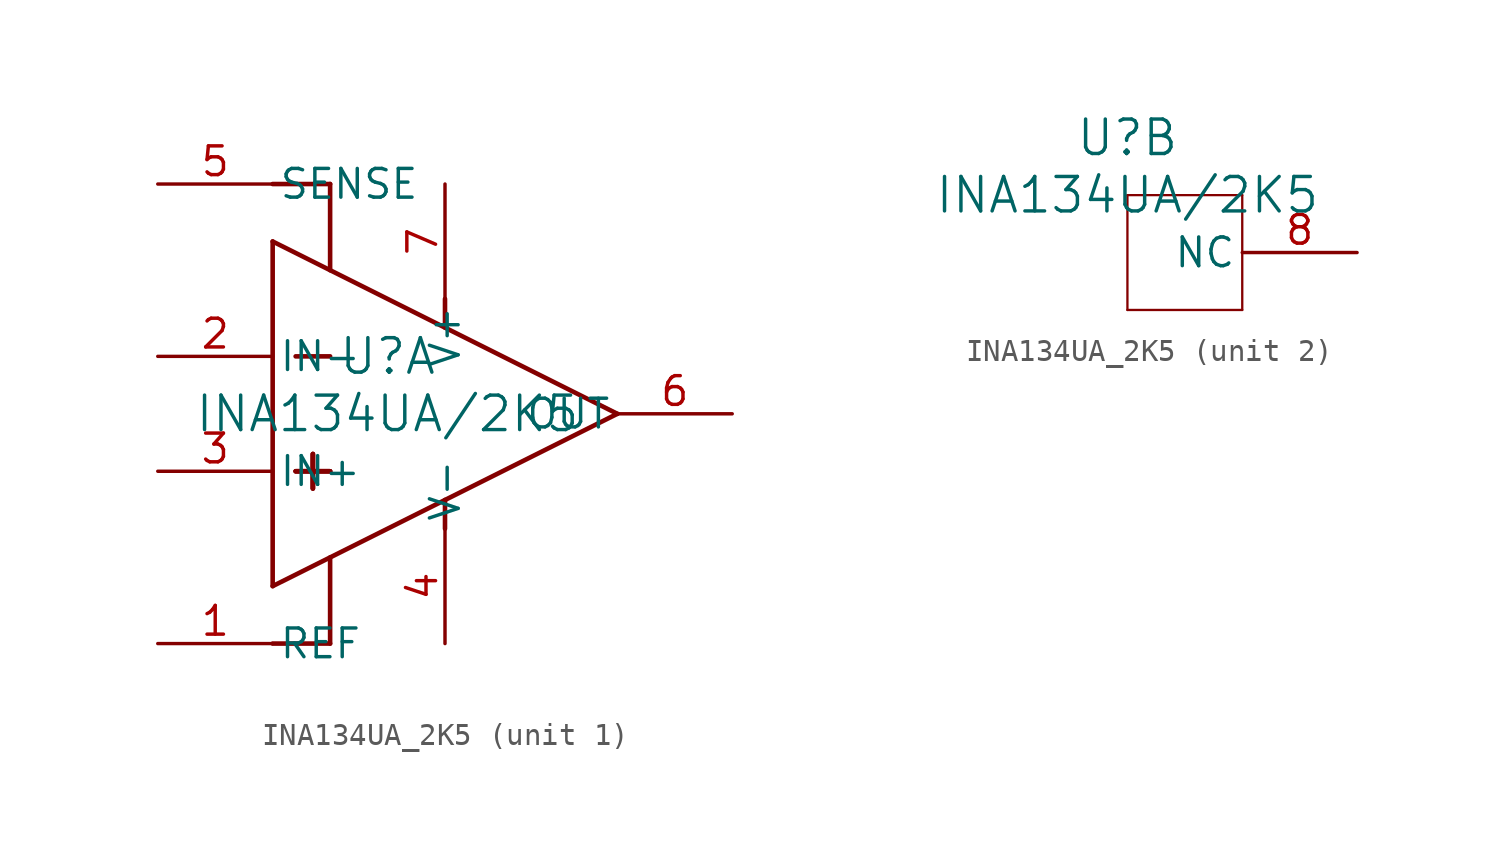
<source format=kicad_sym>
(kicad_symbol_lib
  (version 20220914)
  (generator kicad_symbol_editor)
  (symbol "INA134UA_2K5"
    (pin_names
      (offset 0.254))
    (property "Reference" "U"
      (at 0 2.54 0)
      (effects (font (size 1.524 1.524))))
    (property "Value" "INA134UA/2K5"
      (at 0 0 0)
      (effects (font (size 1.524 1.524))))
    (property "ki_locked" ""
      (at 0 0 0)
      (effects (font (size 1.27 1.27))))
    (symbol "INA134UA_2K5_1_1"
      (polyline (pts (xy -5.08 -7.62) (xy -5.08 7.62)) (stroke (width 0.203) (type default)) (fill (type none)))
      (polyline (pts (xy -5.08 7.62) (xy 10.16 0)) (stroke (width 0.203) (type default)) (fill (type none)))
      (polyline (pts (xy -4.064 -2.54) (xy -2.54 -2.54)) (stroke (width 0.203) (type default)) (fill (type none)))
      (polyline (pts (xy -4.064 -2.54) (xy -2.54 -2.54)) (stroke (width 0.203) (type default)) (fill (type none)))
      (polyline (pts (xy -4.064 -2.54) (xy -2.54 -2.54)) (stroke (width 0.203) (type default)) (fill (type none)))
      (polyline (pts (xy -4.064 2.54) (xy -2.54 2.54)) (stroke (width 0.203) (type default)) (fill (type none)))
      (polyline (pts (xy -3.302 -3.302) (xy -3.302 -1.778)) (stroke (width 0.203) (type default)) (fill (type none)))
      (polyline (pts (xy -3.302 -3.302) (xy -3.302 -1.778)) (stroke (width 0.203) (type default)) (fill (type none)))
      (polyline (pts (xy -3.302 -3.302) (xy -3.302 -1.778)) (stroke (width 0.203) (type default)) (fill (type none)))
      (polyline (pts (xy -2.54 -10.16) (xy -5.08 -10.16)) (stroke (width 0.203) (type default)) (fill (type none)))
      (polyline (pts (xy -2.54 -6.35) (xy -2.54 -10.16)) (stroke (width 0.203) (type default)) (fill (type none)))
      (polyline (pts (xy -2.54 6.35) (xy -2.54 10.16)) (stroke (width 0.203) (type default)) (fill (type none)))
      (polyline (pts (xy -2.54 10.16) (xy -5.08 10.16)) (stroke (width 0.203) (type default)) (fill (type none)))
      (polyline (pts (xy 2.54 -5.08) (xy 2.54 -3.81)) (stroke (width 0.203) (type default)) (fill (type none)))
      (polyline (pts (xy 2.54 5.08) (xy 2.54 3.81)) (stroke (width 0.203) (type default)) (fill (type none)))
      (polyline (pts (xy 10.16 0) (xy -5.08 -7.62)) (stroke (width 0.203) (type default)) (fill (type none)))
      (pin input line (at -10.16 -10.16 0) (length 5.08) (name "REF" (effects (font (size 1.27 1.27)))) (number "1" (effects (font (size 1.27 1.27)))))
      (pin input line (at -10.16 2.54 0) (length 5.08) (name "IN-" (effects (font (size 1.27 1.27)))) (number "2" (effects (font (size 1.27 1.27)))))
      (pin input line (at -10.16 -2.54 0) (length 5.08) (name "IN+" (effects (font (size 1.27 1.27)))) (number "3" (effects (font (size 1.27 1.27)))))
      (pin power_in line (at 2.54 -10.16 90) (length 5.08) (name "V-" (effects (font (size 1.27 1.27)))) (number "4" (effects (font (size 1.27 1.27)))))
      (pin input line (at -10.16 10.16 0) (length 5.08) (name "SENSE" (effects (font (size 1.27 1.27)))) (number "5" (effects (font (size 1.27 1.27)))))
      (pin output line (at 15.24 0 180) (length 5.08) (name "OUT" (effects (font (size 1.27 1.27)))) (number "6" (effects (font (size 1.27 1.27)))))
      (pin power_in line (at 2.54 10.16 270) (length 5.08) (name "V+" (effects (font (size 1.27 1.27)))) (number "7" (effects (font (size 1.27 1.27))))))
    (symbol "INA134UA_2K5_2_1"
      (polyline (pts (xy 0 -5.08) (xy 5.08 -5.08)) (stroke (width 0.102) (type default)) (fill (type none)))
      (polyline (pts (xy 0 0) (xy 0 -5.08)) (stroke (width 0.102) (type default)) (fill (type none)))
      (polyline (pts (xy 5.08 -5.08) (xy 5.08 0)) (stroke (width 0.102) (type default)) (fill (type none)))
      (polyline (pts (xy 5.08 0) (xy 0 0)) (stroke (width 0.102) (type default)) (fill (type none)))
      (pin unspecified line (at 10.16 -2.54 180) (length 5.08) (name "NC" (effects (font (size 1.27 1.27)))) (number "8" (effects (font (size 1.27 1.27))))))))
</source>
